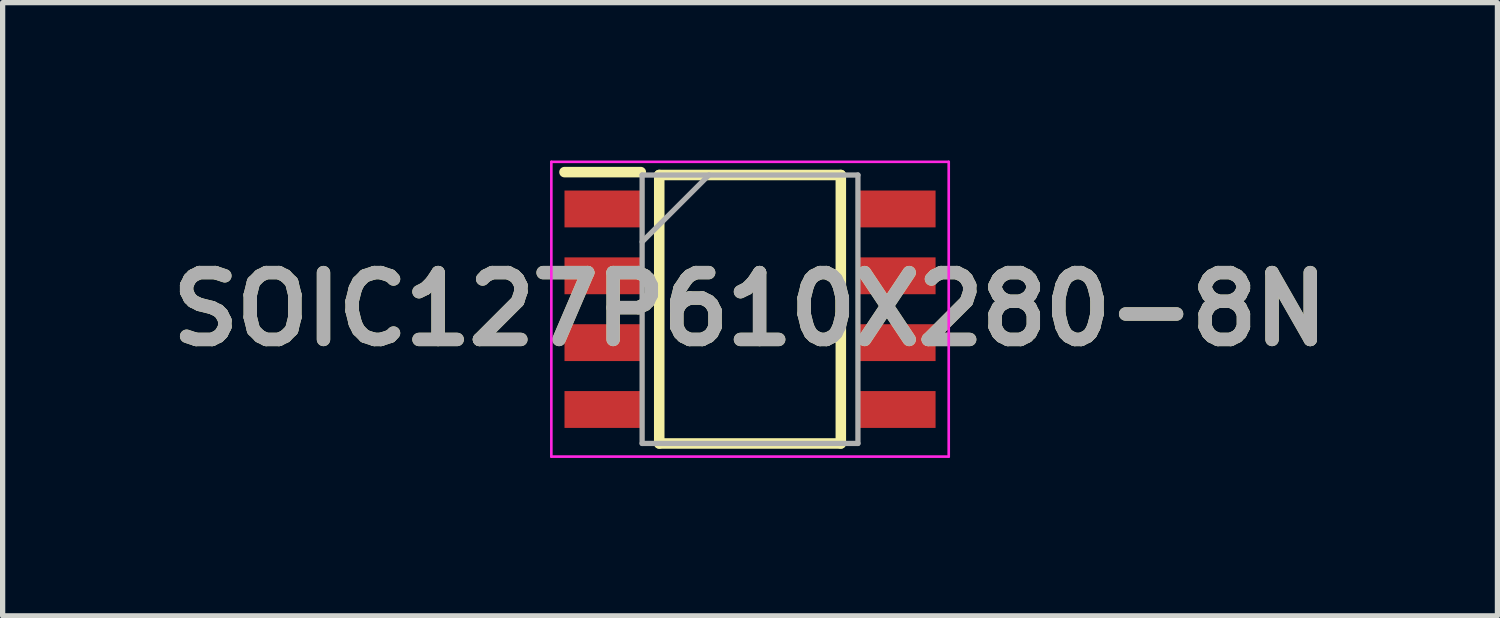
<source format=kicad_pcb>
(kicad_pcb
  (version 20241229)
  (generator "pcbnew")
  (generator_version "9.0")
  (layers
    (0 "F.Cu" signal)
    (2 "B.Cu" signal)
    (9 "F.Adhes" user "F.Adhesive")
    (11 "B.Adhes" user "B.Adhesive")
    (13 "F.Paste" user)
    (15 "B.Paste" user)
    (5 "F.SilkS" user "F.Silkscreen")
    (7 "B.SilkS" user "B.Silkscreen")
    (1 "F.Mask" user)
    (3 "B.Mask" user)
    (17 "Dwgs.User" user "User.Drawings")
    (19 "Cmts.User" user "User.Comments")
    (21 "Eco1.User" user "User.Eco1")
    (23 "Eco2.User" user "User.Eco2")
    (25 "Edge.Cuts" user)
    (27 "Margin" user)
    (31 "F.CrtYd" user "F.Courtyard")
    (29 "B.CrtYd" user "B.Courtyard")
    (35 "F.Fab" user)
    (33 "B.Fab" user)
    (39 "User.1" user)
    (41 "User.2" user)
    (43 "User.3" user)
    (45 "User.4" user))
  (footprint "SOIC127P610X280-8N"
    (layer "F.Cu")
    (at 11.2 2.825)
    (property "Reference" "SOIC127P610X280-8N" (at 0 0 0) (layer "F.SilkS") (effects (font (size 1.27 1.27) (thickness 0.254))))
    (attr smd)
    (fp_line (start -3.525 -2.605) (end -2.075 -2.605) (stroke (width 0.2) (type solid)) (layer "F.SilkS"))
    (fp_line (start -1.725 -2.55) (end 1.725 -2.55) (stroke (width 0.2) (type solid)) (layer "F.SilkS"))
    (fp_line (start -1.725 2.55) (end -1.725 -2.55) (stroke (width 0.2) (type solid)) (layer "F.SilkS"))
    (fp_line (start 1.725 -2.55) (end 1.725 2.55) (stroke (width 0.2) (type solid)) (layer "F.SilkS"))
    (fp_line (start 1.725 2.55) (end -1.725 2.55) (stroke (width 0.2) (type solid)) (layer "F.SilkS"))
    (fp_line (start -3.775 -2.8) (end 3.775 -2.8) (stroke (width 0.05) (type solid)) (layer "F.CrtYd"))
    (fp_line (start -3.775 2.8) (end -3.775 -2.8) (stroke (width 0.05) (type solid)) (layer "F.CrtYd"))
    (fp_line (start 3.775 -2.8) (end 3.775 2.8) (stroke (width 0.05) (type solid)) (layer "F.CrtYd"))
    (fp_line (start 3.775 2.8) (end -3.775 2.8) (stroke (width 0.05) (type solid)) (layer "F.CrtYd"))
    (fp_line (start -2.05 -2.55) (end 2.05 -2.55) (stroke (width 0.1) (type solid)) (layer "F.Fab"))
    (fp_line (start -2.05 -1.28) (end -0.78 -2.55) (stroke (width 0.1) (type solid)) (layer "F.Fab"))
    (fp_line (start -2.05 2.55) (end -2.05 -2.55) (stroke (width 0.1) (type solid)) (layer "F.Fab"))
    (fp_line (start 2.05 -2.55) (end 2.05 2.55) (stroke (width 0.1) (type solid)) (layer "F.Fab"))
    (fp_line (start 2.05 2.55) (end -2.05 2.55) (stroke (width 0.1) (type solid)) (layer "F.Fab"))
    (fp_text user "${REFERENCE}" (at 0 0 0) (layer "F.Fab") (effects (font (size 1.27 1.27) (thickness 0.254))))
    (pad "1" smd rect (at -2.8 -1.905 90) (size 0.7 1.45) (layers "F.Cu" "F.Mask" "F.Paste"))
    (pad "2" smd rect (at -2.8 -0.635 90) (size 0.7 1.45) (layers "F.Cu" "F.Mask" "F.Paste"))
    (pad "3" smd rect (at -2.8 0.635 90) (size 0.7 1.45) (layers "F.Cu" "F.Mask" "F.Paste"))
    (pad "4" smd rect (at -2.8 1.905 90) (size 0.7 1.45) (layers "F.Cu" "F.Mask" "F.Paste"))
    (pad "5" smd rect (at 2.8 1.905 90) (size 0.7 1.45) (layers "F.Cu" "F.Mask" "F.Paste"))
    (pad "6" smd rect (at 2.8 0.635 90) (size 0.7 1.45) (layers "F.Cu" "F.Mask" "F.Paste"))
    (pad "7" smd rect (at 2.8 -0.635 90) (size 0.7 1.45) (layers "F.Cu" "F.Mask" "F.Paste"))
    (pad "8" smd rect (at 2.8 -1.905 90) (size 0.7 1.45) (layers "F.Cu" "F.Mask" "F.Paste")))
  (gr_rect
    (start -3 -3)
    (end 25.4 8.65)
    (stroke (width 0.1) (type default))
    (fill no)
    (layer "Edge.Cuts")))
</source>
